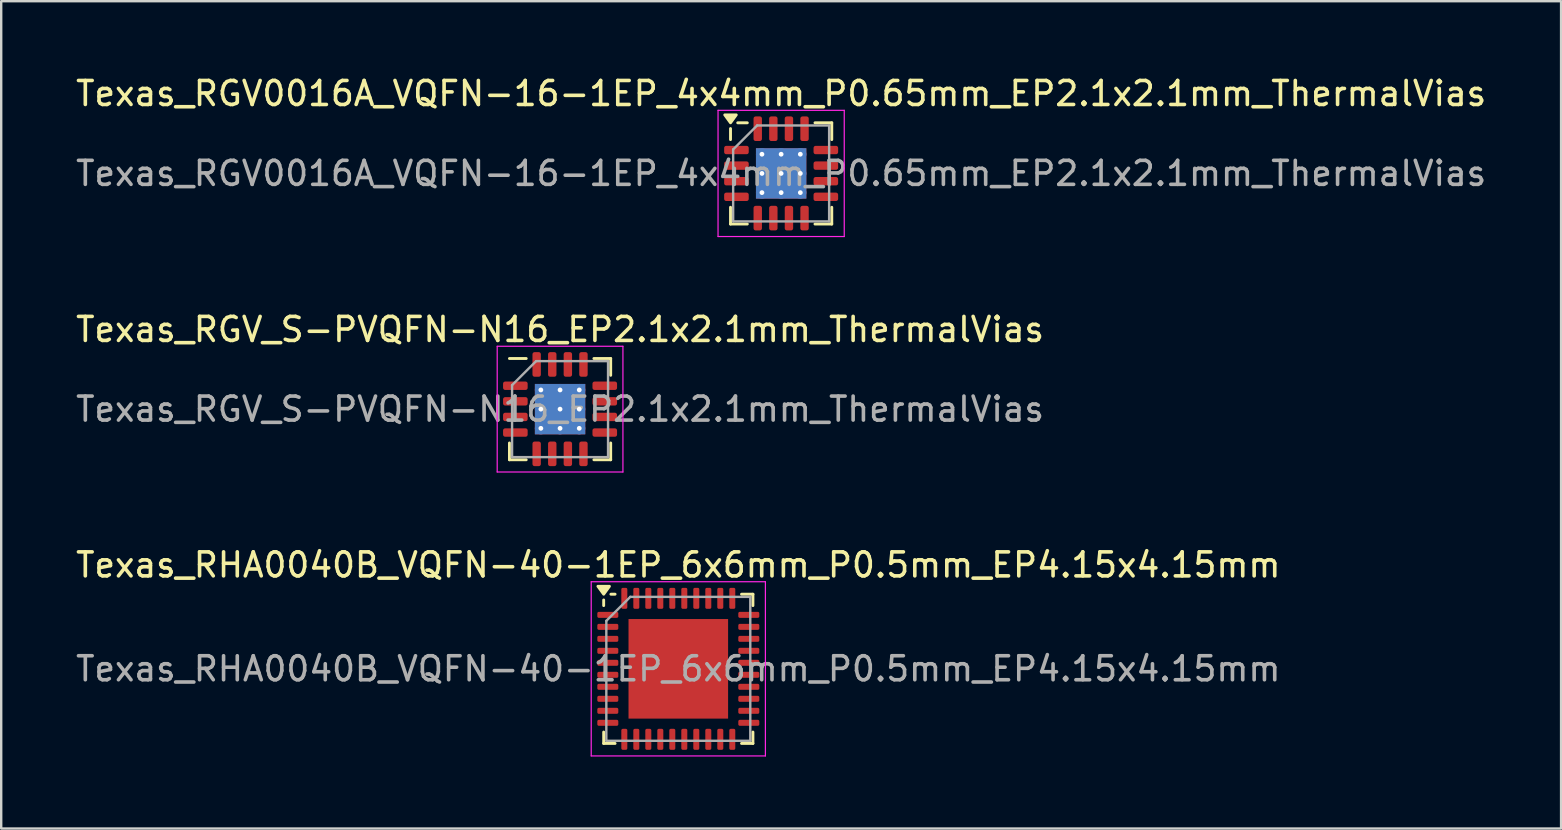
<source format=kicad_pcb>
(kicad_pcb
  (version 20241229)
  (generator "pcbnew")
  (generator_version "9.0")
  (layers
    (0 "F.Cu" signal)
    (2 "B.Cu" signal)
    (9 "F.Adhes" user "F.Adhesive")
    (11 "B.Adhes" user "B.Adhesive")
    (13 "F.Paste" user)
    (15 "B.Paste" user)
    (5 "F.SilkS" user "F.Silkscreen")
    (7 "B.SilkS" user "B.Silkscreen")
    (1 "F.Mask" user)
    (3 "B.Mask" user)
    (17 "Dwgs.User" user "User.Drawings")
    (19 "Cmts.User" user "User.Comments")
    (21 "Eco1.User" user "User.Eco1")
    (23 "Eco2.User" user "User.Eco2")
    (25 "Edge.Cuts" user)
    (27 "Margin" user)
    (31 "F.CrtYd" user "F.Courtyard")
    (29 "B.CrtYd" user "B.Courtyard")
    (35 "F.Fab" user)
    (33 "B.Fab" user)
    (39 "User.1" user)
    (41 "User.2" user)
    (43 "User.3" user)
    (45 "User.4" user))
  (footprint "Texas_RGV0016A_VQFN-16-1EP_4x4mm_P0.65mm_EP2.1x2.1mm_ThermalVias"
    (layer "F.Cu")
    (at 29.506 4.178)
    (property "Reference" "Texas_RGV0016A_VQFN-16-1EP_4x4mm_P0.65mm_EP2.1x2.1mm_ThermalVias" (at 0 -3.33 0) (layer "F.SilkS") (effects (font (size 1 1) (thickness 0.15))))
    (attr smd)
    (fp_line (start -2.11 -1.41) (end -2.11 -1.87) (stroke (width 0.12) (type solid)) (layer "F.SilkS"))
    (fp_line (start -2.11 2.11) (end -2.11 1.41) (stroke (width 0.12) (type solid)) (layer "F.SilkS"))
    (fp_line (start -1.41 -2.11) (end -1.81 -2.11) (stroke (width 0.12) (type solid)) (layer "F.SilkS"))
    (fp_line (start -1.41 2.11) (end -2.11 2.11) (stroke (width 0.12) (type solid)) (layer "F.SilkS"))
    (fp_line (start 1.41 -2.11) (end 2.11 -2.11) (stroke (width 0.12) (type solid)) (layer "F.SilkS"))
    (fp_line (start 1.41 2.11) (end 2.11 2.11) (stroke (width 0.12) (type solid)) (layer "F.SilkS"))
    (fp_line (start 2.11 -2.11) (end 2.11 -1.41) (stroke (width 0.12) (type solid)) (layer "F.SilkS"))
    (fp_line (start 2.11 2.11) (end 2.11 1.41) (stroke (width 0.12) (type solid)) (layer "F.SilkS"))
    (fp_poly (pts (xy -2.11 -2.11) (xy -2.35 -2.44) (xy -1.87 -2.44) (xy -2.11 -2.11)) (stroke (width 0.12) (type solid)) (fill yes) (layer "F.SilkS"))
    (fp_line (start -2.63 -2.63) (end -2.63 2.63) (stroke (width 0.05) (type solid)) (layer "F.CrtYd"))
    (fp_line (start -2.63 2.63) (end 2.63 2.63) (stroke (width 0.05) (type solid)) (layer "F.CrtYd"))
    (fp_line (start 2.63 -2.63) (end -2.63 -2.63) (stroke (width 0.05) (type solid)) (layer "F.CrtYd"))
    (fp_line (start 2.63 2.63) (end 2.63 -2.63) (stroke (width 0.05) (type solid)) (layer "F.CrtYd"))
    (fp_line (start -2 -1) (end -1 -2) (stroke (width 0.1) (type solid)) (layer "F.Fab"))
    (fp_line (start -2 2) (end -2 -1) (stroke (width 0.1) (type solid)) (layer "F.Fab"))
    (fp_line (start -1 -2) (end 2 -2) (stroke (width 0.1) (type solid)) (layer "F.Fab"))
    (fp_line (start 2 -2) (end 2 2) (stroke (width 0.1) (type solid)) (layer "F.Fab"))
    (fp_line (start 2 2) (end -2 2) (stroke (width 0.1) (type solid)) (layer "F.Fab"))
    (fp_text user "${REFERENCE}" (at 0 0 0) (layer "F.Fab") (effects (font (size 1 1) (thickness 0.15))))
    (pad "" smd roundrect (at -0.525 -0.525) (size 0.91 0.91) (layers "F.Paste") (roundrect_rratio 0.25))
    (pad "" smd roundrect (at -0.525 0.525) (size 0.91 0.91) (layers "F.Paste") (roundrect_rratio 0.25))
    (pad "" smd roundrect (at 0.525 -0.525) (size 0.91 0.91) (layers "F.Paste") (roundrect_rratio 0.25))
    (pad "" smd roundrect (at 0.525 0.525) (size 0.91 0.91) (layers "F.Paste") (roundrect_rratio 0.25))
    (pad "1" smd roundrect (at -1.863 -0.975) (size 1.025 0.35) (layers "F.Cu" "F.Mask" "F.Paste") (roundrect_rratio 0.25))
    (pad "2" smd roundrect (at -1.863 -0.325) (size 1.025 0.35) (layers "F.Cu" "F.Mask" "F.Paste") (roundrect_rratio 0.25))
    (pad "3" smd roundrect (at -1.863 0.325) (size 1.025 0.35) (layers "F.Cu" "F.Mask" "F.Paste") (roundrect_rratio 0.25))
    (pad "4" smd roundrect (at -1.863 0.975) (size 1.025 0.35) (layers "F.Cu" "F.Mask" "F.Paste") (roundrect_rratio 0.25))
    (pad "5" smd roundrect (at -0.975 1.863) (size 0.35 1.025) (layers "F.Cu" "F.Mask" "F.Paste") (roundrect_rratio 0.25))
    (pad "6" smd roundrect (at -0.325 1.863) (size 0.35 1.025) (layers "F.Cu" "F.Mask" "F.Paste") (roundrect_rratio 0.25))
    (pad "7" smd roundrect (at 0.325 1.863) (size 0.35 1.025) (layers "F.Cu" "F.Mask" "F.Paste") (roundrect_rratio 0.25))
    (pad "8" smd roundrect (at 0.975 1.863) (size 0.35 1.025) (layers "F.Cu" "F.Mask" "F.Paste") (roundrect_rratio 0.25))
    (pad "9" smd roundrect (at 1.863 0.975) (size 1.025 0.35) (layers "F.Cu" "F.Mask" "F.Paste") (roundrect_rratio 0.25))
    (pad "10" smd roundrect (at 1.863 0.325) (size 1.025 0.35) (layers "F.Cu" "F.Mask" "F.Paste") (roundrect_rratio 0.25))
    (pad "11" smd roundrect (at 1.863 -0.325) (size 1.025 0.35) (layers "F.Cu" "F.Mask" "F.Paste") (roundrect_rratio 0.25))
    (pad "12" smd roundrect (at 1.863 -0.975) (size 1.025 0.35) (layers "F.Cu" "F.Mask" "F.Paste") (roundrect_rratio 0.25))
    (pad "13" smd roundrect (at 0.975 -1.863) (size 0.35 1.025) (layers "F.Cu" "F.Mask" "F.Paste") (roundrect_rratio 0.25))
    (pad "14" smd roundrect (at 0.325 -1.863) (size 0.35 1.025) (layers "F.Cu" "F.Mask" "F.Paste") (roundrect_rratio 0.25))
    (pad "15" smd roundrect (at -0.325 -1.863) (size 0.35 1.025) (layers "F.Cu" "F.Mask" "F.Paste") (roundrect_rratio 0.25))
    (pad "16" smd roundrect (at -0.975 -1.863) (size 0.35 1.025) (layers "F.Cu" "F.Mask" "F.Paste") (roundrect_rratio 0.25))
    (pad "17" thru_hole circle (at -0.8 -0.8) (size 0.5 0.5) (drill 0.2) (property pad_prop_heatsink) (layers "*.Cu"))
    (pad "17" thru_hole circle (at -0.8 0) (size 0.5 0.5) (drill 0.2) (property pad_prop_heatsink) (layers "*.Cu"))
    (pad "17" thru_hole circle (at -0.8 0.8) (size 0.5 0.5) (drill 0.2) (property pad_prop_heatsink) (layers "*.Cu"))
    (pad "17" thru_hole circle (at 0 -0.8) (size 0.5 0.5) (drill 0.2) (property pad_prop_heatsink) (layers "*.Cu"))
    (pad "17" thru_hole circle (at 0 0) (size 0.5 0.5) (drill 0.2) (property pad_prop_heatsink) (layers "*.Cu"))
    (pad "17" smd rect (at 0 0) (size 2.1 2.1) (property pad_prop_heatsink) (layers "F.Cu" "F.Mask"))
    (pad "17" smd rect (at 0 0) (size 2.1 2.1) (property pad_prop_heatsink) (layers "B.Cu"))
    (pad "17" thru_hole circle (at 0 0.8) (size 0.5 0.5) (drill 0.2) (property pad_prop_heatsink) (layers "*.Cu"))
    (pad "17" thru_hole circle (at 0.8 -0.8) (size 0.5 0.5) (drill 0.2) (property pad_prop_heatsink) (layers "*.Cu"))
    (pad "17" thru_hole circle (at 0.8 0) (size 0.5 0.5) (drill 0.2) (property pad_prop_heatsink) (layers "*.Cu"))
    (pad "17" thru_hole circle (at 0.8 0.8) (size 0.5 0.5) (drill 0.2) (property pad_prop_heatsink) (layers "*.Cu")))
  (footprint "Texas_RGV_S-PVQFN-N16_EP2.1x2.1mm_ThermalVias"
    (layer "F.Cu")
    (at 20.292 14.002)
    (property "Reference" "Texas_RGV_S-PVQFN-N16_EP2.1x2.1mm_ThermalVias" (at 0 -3.32 0) (layer "F.SilkS") (effects (font (size 1 1) (thickness 0.15))))
    (attr smd)
    (fp_line (start -2.11 2.11) (end -2.11 1.41) (stroke (width 0.12) (type solid)) (layer "F.SilkS"))
    (fp_line (start -1.41 -2.11) (end -2.11 -2.11) (stroke (width 0.12) (type solid)) (layer "F.SilkS"))
    (fp_line (start -1.41 2.11) (end -2.11 2.11) (stroke (width 0.12) (type solid)) (layer "F.SilkS"))
    (fp_line (start 1.41 -2.11) (end 2.11 -2.11) (stroke (width 0.12) (type solid)) (layer "F.SilkS"))
    (fp_line (start 1.41 2.11) (end 2.11 2.11) (stroke (width 0.12) (type solid)) (layer "F.SilkS"))
    (fp_line (start 2.11 -2.11) (end 2.11 -1.41) (stroke (width 0.12) (type solid)) (layer "F.SilkS"))
    (fp_line (start 2.11 2.11) (end 2.11 1.41) (stroke (width 0.12) (type solid)) (layer "F.SilkS"))
    (fp_line (start -2.62 -2.62) (end -2.62 2.62) (stroke (width 0.05) (type solid)) (layer "F.CrtYd"))
    (fp_line (start -2.62 2.62) (end 2.62 2.62) (stroke (width 0.05) (type solid)) (layer "F.CrtYd"))
    (fp_line (start 2.62 -2.62) (end -2.62 -2.62) (stroke (width 0.05) (type solid)) (layer "F.CrtYd"))
    (fp_line (start 2.62 2.62) (end 2.62 -2.62) (stroke (width 0.05) (type solid)) (layer "F.CrtYd"))
    (fp_line (start -2 -1) (end -1 -2) (stroke (width 0.1) (type solid)) (layer "F.Fab"))
    (fp_line (start -2 2) (end -2 -1) (stroke (width 0.1) (type solid)) (layer "F.Fab"))
    (fp_line (start -1 -2) (end 2 -2) (stroke (width 0.1) (type solid)) (layer "F.Fab"))
    (fp_line (start 2 -2) (end 2 2) (stroke (width 0.1) (type solid)) (layer "F.Fab"))
    (fp_line (start 2 2) (end -2 2) (stroke (width 0.1) (type solid)) (layer "F.Fab"))
    (fp_text user "${REFERENCE}" (at 0 0 0) (layer "F.Fab") (effects (font (size 1 1) (thickness 0.15))))
    (pad "" smd roundrect (at -0.525 -0.525) (size 0.91 0.91) (layers "F.Paste") (roundrect_rratio 0.25))
    (pad "" smd roundrect (at -0.525 0.525) (size 0.91 0.91) (layers "F.Paste") (roundrect_rratio 0.25))
    (pad "" smd roundrect (at 0.525 -0.525) (size 0.91 0.91) (layers "F.Paste") (roundrect_rratio 0.25))
    (pad "" smd roundrect (at 0.525 0.525) (size 0.91 0.91) (layers "F.Paste") (roundrect_rratio 0.25))
    (pad "1" smd roundrect (at -1.863 -0.975) (size 1.025 0.35) (layers "F.Cu" "F.Mask" "F.Paste") (roundrect_rratio 0.25))
    (pad "2" smd roundrect (at -1.863 -0.325) (size 1.025 0.35) (layers "F.Cu" "F.Mask" "F.Paste") (roundrect_rratio 0.25))
    (pad "3" smd roundrect (at -1.863 0.325) (size 1.025 0.35) (layers "F.Cu" "F.Mask" "F.Paste") (roundrect_rratio 0.25))
    (pad "4" smd roundrect (at -1.863 0.975) (size 1.025 0.35) (layers "F.Cu" "F.Mask" "F.Paste") (roundrect_rratio 0.25))
    (pad "5" smd roundrect (at -0.975 1.863) (size 0.35 1.025) (layers "F.Cu" "F.Mask" "F.Paste") (roundrect_rratio 0.25))
    (pad "6" smd roundrect (at -0.325 1.863) (size 0.35 1.025) (layers "F.Cu" "F.Mask" "F.Paste") (roundrect_rratio 0.25))
    (pad "7" smd roundrect (at 0.325 1.863) (size 0.35 1.025) (layers "F.Cu" "F.Mask" "F.Paste") (roundrect_rratio 0.25))
    (pad "8" smd roundrect (at 0.975 1.863) (size 0.35 1.025) (layers "F.Cu" "F.Mask" "F.Paste") (roundrect_rratio 0.25))
    (pad "9" smd roundrect (at 1.863 0.975) (size 1.025 0.35) (layers "F.Cu" "F.Mask" "F.Paste") (roundrect_rratio 0.25))
    (pad "10" smd roundrect (at 1.863 0.325) (size 1.025 0.35) (layers "F.Cu" "F.Mask" "F.Paste") (roundrect_rratio 0.25))
    (pad "11" smd roundrect (at 1.863 -0.325) (size 1.025 0.35) (layers "F.Cu" "F.Mask" "F.Paste") (roundrect_rratio 0.25))
    (pad "12" smd roundrect (at 1.863 -0.975) (size 1.025 0.35) (layers "F.Cu" "F.Mask" "F.Paste") (roundrect_rratio 0.25))
    (pad "13" smd roundrect (at 0.975 -1.863) (size 0.35 1.025) (layers "F.Cu" "F.Mask" "F.Paste") (roundrect_rratio 0.25))
    (pad "14" smd roundrect (at 0.325 -1.863) (size 0.35 1.025) (layers "F.Cu" "F.Mask" "F.Paste") (roundrect_rratio 0.25))
    (pad "15" smd roundrect (at -0.325 -1.863) (size 0.35 1.025) (layers "F.Cu" "F.Mask" "F.Paste") (roundrect_rratio 0.25))
    (pad "16" smd roundrect (at -0.975 -1.863) (size 0.35 1.025) (layers "F.Cu" "F.Mask" "F.Paste") (roundrect_rratio 0.25))
    (pad "17" thru_hole circle (at -0.8 -0.8) (size 0.5 0.5) (drill 0.2) (layers "*.Cu"))
    (pad "17" thru_hole circle (at -0.8 0) (size 0.5 0.5) (drill 0.2) (layers "*.Cu"))
    (pad "17" thru_hole circle (at -0.8 0.8) (size 0.5 0.5) (drill 0.2) (layers "*.Cu"))
    (pad "17" thru_hole circle (at 0 -0.8) (size 0.5 0.5) (drill 0.2) (layers "*.Cu"))
    (pad "17" thru_hole circle (at 0 0) (size 0.5 0.5) (drill 0.2) (layers "*.Cu"))
    (pad "17" smd rect (at 0 0) (size 2.1 2.1) (layers "F.Cu" "F.Mask"))
    (pad "17" smd rect (at 0 0) (size 2.1 2.1) (layers "B.Cu"))
    (pad "17" thru_hole circle (at 0 0.8) (size 0.5 0.5) (drill 0.2) (layers "*.Cu"))
    (pad "17" thru_hole circle (at 0.8 -0.8) (size 0.5 0.5) (drill 0.2) (layers "*.Cu"))
    (pad "17" thru_hole circle (at 0.8 0) (size 0.5 0.5) (drill 0.2) (layers "*.Cu"))
    (pad "17" thru_hole circle (at 0.8 0.8) (size 0.5 0.5) (drill 0.2) (layers "*.Cu")))
  (footprint "Texas_RHA0040B_VQFN-40-1EP_6x6mm_P0.5mm_EP4.15x4.15mm"
    (layer "F.Cu")
    (at 25.22 24.825)
    (property "Reference" "Texas_RHA0040B_VQFN-40-1EP_6x6mm_P0.5mm_EP4.15x4.15mm" (at 0 -4.33 0) (layer "F.SilkS") (effects (font (size 1 1) (thickness 0.15))))
    (attr smd)
    (fp_line (start -3.11 -2.635) (end -3.11 -2.87) (stroke (width 0.12) (type solid)) (layer "F.SilkS"))
    (fp_line (start -3.11 3.11) (end -3.11 2.635) (stroke (width 0.12) (type solid)) (layer "F.SilkS"))
    (fp_line (start -2.635 -3.11) (end -2.81 -3.11) (stroke (width 0.12) (type solid)) (layer "F.SilkS"))
    (fp_line (start -2.635 3.11) (end -3.11 3.11) (stroke (width 0.12) (type solid)) (layer "F.SilkS"))
    (fp_line (start 2.635 -3.11) (end 3.11 -3.11) (stroke (width 0.12) (type solid)) (layer "F.SilkS"))
    (fp_line (start 2.635 3.11) (end 3.11 3.11) (stroke (width 0.12) (type solid)) (layer "F.SilkS"))
    (fp_line (start 3.11 -3.11) (end 3.11 -2.635) (stroke (width 0.12) (type solid)) (layer "F.SilkS"))
    (fp_line (start 3.11 3.11) (end 3.11 2.635) (stroke (width 0.12) (type solid)) (layer "F.SilkS"))
    (fp_poly (pts (xy -3.11 -3.11) (xy -3.35 -3.44) (xy -2.87 -3.44) (xy -3.11 -3.11)) (stroke (width 0.12) (type solid)) (fill yes) (layer "F.SilkS"))
    (fp_line (start -3.63 -3.63) (end -3.63 3.63) (stroke (width 0.05) (type solid)) (layer "F.CrtYd"))
    (fp_line (start -3.63 3.63) (end 3.63 3.63) (stroke (width 0.05) (type solid)) (layer "F.CrtYd"))
    (fp_line (start 3.63 -3.63) (end -3.63 -3.63) (stroke (width 0.05) (type solid)) (layer "F.CrtYd"))
    (fp_line (start 3.63 3.63) (end 3.63 -3.63) (stroke (width 0.05) (type solid)) (layer "F.CrtYd"))
    (fp_line (start -3 -2) (end -2 -3) (stroke (width 0.1) (type solid)) (layer "F.Fab"))
    (fp_line (start -3 3) (end -3 -2) (stroke (width 0.1) (type solid)) (layer "F.Fab"))
    (fp_line (start -2 -3) (end 3 -3) (stroke (width 0.1) (type solid)) (layer "F.Fab"))
    (fp_line (start 3 -3) (end 3 3) (stroke (width 0.1) (type solid)) (layer "F.Fab"))
    (fp_line (start 3 3) (end -3 3) (stroke (width 0.1) (type solid)) (layer "F.Fab"))
    (fp_text user "${REFERENCE}" (at 0 0 0) (layer "F.Fab") (effects (font (size 1 1) (thickness 0.15))))
    (pad "" smd roundrect (at -1.38 -1.38) (size 1.12 1.12) (layers "F.Paste") (roundrect_rratio 0.223))
    (pad "" smd roundrect (at -1.38 0) (size 1.12 1.12) (layers "F.Paste") (roundrect_rratio 0.223))
    (pad "" smd roundrect (at -1.38 1.38) (size 1.12 1.12) (layers "F.Paste") (roundrect_rratio 0.223))
    (pad "" smd roundrect (at 0 -1.38) (size 1.12 1.12) (layers "F.Paste") (roundrect_rratio 0.223))
    (pad "" smd roundrect (at 0 0) (size 1.12 1.12) (layers "F.Paste") (roundrect_rratio 0.223))
    (pad "" smd roundrect (at 0 1.38) (size 1.12 1.12) (layers "F.Paste") (roundrect_rratio 0.223))
    (pad "" smd roundrect (at 1.38 -1.38) (size 1.12 1.12) (layers "F.Paste") (roundrect_rratio 0.223))
    (pad "" smd roundrect (at 1.38 0) (size 1.12 1.12) (layers "F.Paste") (roundrect_rratio 0.223))
    (pad "" smd roundrect (at 1.38 1.38) (size 1.12 1.12) (layers "F.Paste") (roundrect_rratio 0.223))
    (pad "1" smd roundrect (at -2.938 -2.25) (size 0.875 0.25) (layers "F.Cu" "F.Mask" "F.Paste") (roundrect_rratio 0.25))
    (pad "2" smd roundrect (at -2.938 -1.75) (size 0.875 0.25) (layers "F.Cu" "F.Mask" "F.Paste") (roundrect_rratio 0.25))
    (pad "3" smd roundrect (at -2.938 -1.25) (size 0.875 0.25) (layers "F.Cu" "F.Mask" "F.Paste") (roundrect_rratio 0.25))
    (pad "4" smd roundrect (at -2.938 -0.75) (size 0.875 0.25) (layers "F.Cu" "F.Mask" "F.Paste") (roundrect_rratio 0.25))
    (pad "5" smd roundrect (at -2.938 -0.25) (size 0.875 0.25) (layers "F.Cu" "F.Mask" "F.Paste") (roundrect_rratio 0.25))
    (pad "6" smd roundrect (at -2.938 0.25) (size 0.875 0.25) (layers "F.Cu" "F.Mask" "F.Paste") (roundrect_rratio 0.25))
    (pad "7" smd roundrect (at -2.938 0.75) (size 0.875 0.25) (layers "F.Cu" "F.Mask" "F.Paste") (roundrect_rratio 0.25))
    (pad "8" smd roundrect (at -2.938 1.25) (size 0.875 0.25) (layers "F.Cu" "F.Mask" "F.Paste") (roundrect_rratio 0.25))
    (pad "9" smd roundrect (at -2.938 1.75) (size 0.875 0.25) (layers "F.Cu" "F.Mask" "F.Paste") (roundrect_rratio 0.25))
    (pad "10" smd roundrect (at -2.938 2.25) (size 0.875 0.25) (layers "F.Cu" "F.Mask" "F.Paste") (roundrect_rratio 0.25))
    (pad "11" smd roundrect (at -2.25 2.938) (size 0.25 0.875) (layers "F.Cu" "F.Mask" "F.Paste") (roundrect_rratio 0.25))
    (pad "12" smd roundrect (at -1.75 2.938) (size 0.25 0.875) (layers "F.Cu" "F.Mask" "F.Paste") (roundrect_rratio 0.25))
    (pad "13" smd roundrect (at -1.25 2.938) (size 0.25 0.875) (layers "F.Cu" "F.Mask" "F.Paste") (roundrect_rratio 0.25))
    (pad "14" smd roundrect (at -0.75 2.938) (size 0.25 0.875) (layers "F.Cu" "F.Mask" "F.Paste") (roundrect_rratio 0.25))
    (pad "15" smd roundrect (at -0.25 2.938) (size 0.25 0.875) (layers "F.Cu" "F.Mask" "F.Paste") (roundrect_rratio 0.25))
    (pad "16" smd roundrect (at 0.25 2.938) (size 0.25 0.875) (layers "F.Cu" "F.Mask" "F.Paste") (roundrect_rratio 0.25))
    (pad "17" smd roundrect (at 0.75 2.938) (size 0.25 0.875) (layers "F.Cu" "F.Mask" "F.Paste") (roundrect_rratio 0.25))
    (pad "18" smd roundrect (at 1.25 2.938) (size 0.25 0.875) (layers "F.Cu" "F.Mask" "F.Paste") (roundrect_rratio 0.25))
    (pad "19" smd roundrect (at 1.75 2.938) (size 0.25 0.875) (layers "F.Cu" "F.Mask" "F.Paste") (roundrect_rratio 0.25))
    (pad "20" smd roundrect (at 2.25 2.938) (size 0.25 0.875) (layers "F.Cu" "F.Mask" "F.Paste") (roundrect_rratio 0.25))
    (pad "21" smd roundrect (at 2.938 2.25) (size 0.875 0.25) (layers "F.Cu" "F.Mask" "F.Paste") (roundrect_rratio 0.25))
    (pad "22" smd roundrect (at 2.938 1.75) (size 0.875 0.25) (layers "F.Cu" "F.Mask" "F.Paste") (roundrect_rratio 0.25))
    (pad "23" smd roundrect (at 2.938 1.25) (size 0.875 0.25) (layers "F.Cu" "F.Mask" "F.Paste") (roundrect_rratio 0.25))
    (pad "24" smd roundrect (at 2.938 0.75) (size 0.875 0.25) (layers "F.Cu" "F.Mask" "F.Paste") (roundrect_rratio 0.25))
    (pad "25" smd roundrect (at 2.938 0.25) (size 0.875 0.25) (layers "F.Cu" "F.Mask" "F.Paste") (roundrect_rratio 0.25))
    (pad "26" smd roundrect (at 2.938 -0.25) (size 0.875 0.25) (layers "F.Cu" "F.Mask" "F.Paste") (roundrect_rratio 0.25))
    (pad "27" smd roundrect (at 2.938 -0.75) (size 0.875 0.25) (layers "F.Cu" "F.Mask" "F.Paste") (roundrect_rratio 0.25))
    (pad "28" smd roundrect (at 2.938 -1.25) (size 0.875 0.25) (layers "F.Cu" "F.Mask" "F.Paste") (roundrect_rratio 0.25))
    (pad "29" smd roundrect (at 2.938 -1.75) (size 0.875 0.25) (layers "F.Cu" "F.Mask" "F.Paste") (roundrect_rratio 0.25))
    (pad "30" smd roundrect (at 2.938 -2.25) (size 0.875 0.25) (layers "F.Cu" "F.Mask" "F.Paste") (roundrect_rratio 0.25))
    (pad "31" smd roundrect (at 2.25 -2.938) (size 0.25 0.875) (layers "F.Cu" "F.Mask" "F.Paste") (roundrect_rratio 0.25))
    (pad "32" smd roundrect (at 1.75 -2.938) (size 0.25 0.875) (layers "F.Cu" "F.Mask" "F.Paste") (roundrect_rratio 0.25))
    (pad "33" smd roundrect (at 1.25 -2.938) (size 0.25 0.875) (layers "F.Cu" "F.Mask" "F.Paste") (roundrect_rratio 0.25))
    (pad "34" smd roundrect (at 0.75 -2.938) (size 0.25 0.875) (layers "F.Cu" "F.Mask" "F.Paste") (roundrect_rratio 0.25))
    (pad "35" smd roundrect (at 0.25 -2.938) (size 0.25 0.875) (layers "F.Cu" "F.Mask" "F.Paste") (roundrect_rratio 0.25))
    (pad "36" smd roundrect (at -0.25 -2.938) (size 0.25 0.875) (layers "F.Cu" "F.Mask" "F.Paste") (roundrect_rratio 0.25))
    (pad "37" smd roundrect (at -0.75 -2.938) (size 0.25 0.875) (layers "F.Cu" "F.Mask" "F.Paste") (roundrect_rratio 0.25))
    (pad "38" smd roundrect (at -1.25 -2.938) (size 0.25 0.875) (layers "F.Cu" "F.Mask" "F.Paste") (roundrect_rratio 0.25))
    (pad "39" smd roundrect (at -1.75 -2.938) (size 0.25 0.875) (layers "F.Cu" "F.Mask" "F.Paste") (roundrect_rratio 0.25))
    (pad "40" smd roundrect (at -2.25 -2.938) (size 0.25 0.875) (layers "F.Cu" "F.Mask" "F.Paste") (roundrect_rratio 0.25))
    (pad "41" smd rect (at 0 0) (size 4.15 4.15) (property pad_prop_heatsink) (layers "F.Cu" "F.Mask")))
  (gr_rect
    (start -3 -3)
    (end 62.012 31.48)
    (stroke (width 0.1) (type default))
    (fill no)
    (layer "Edge.Cuts")))
</source>
